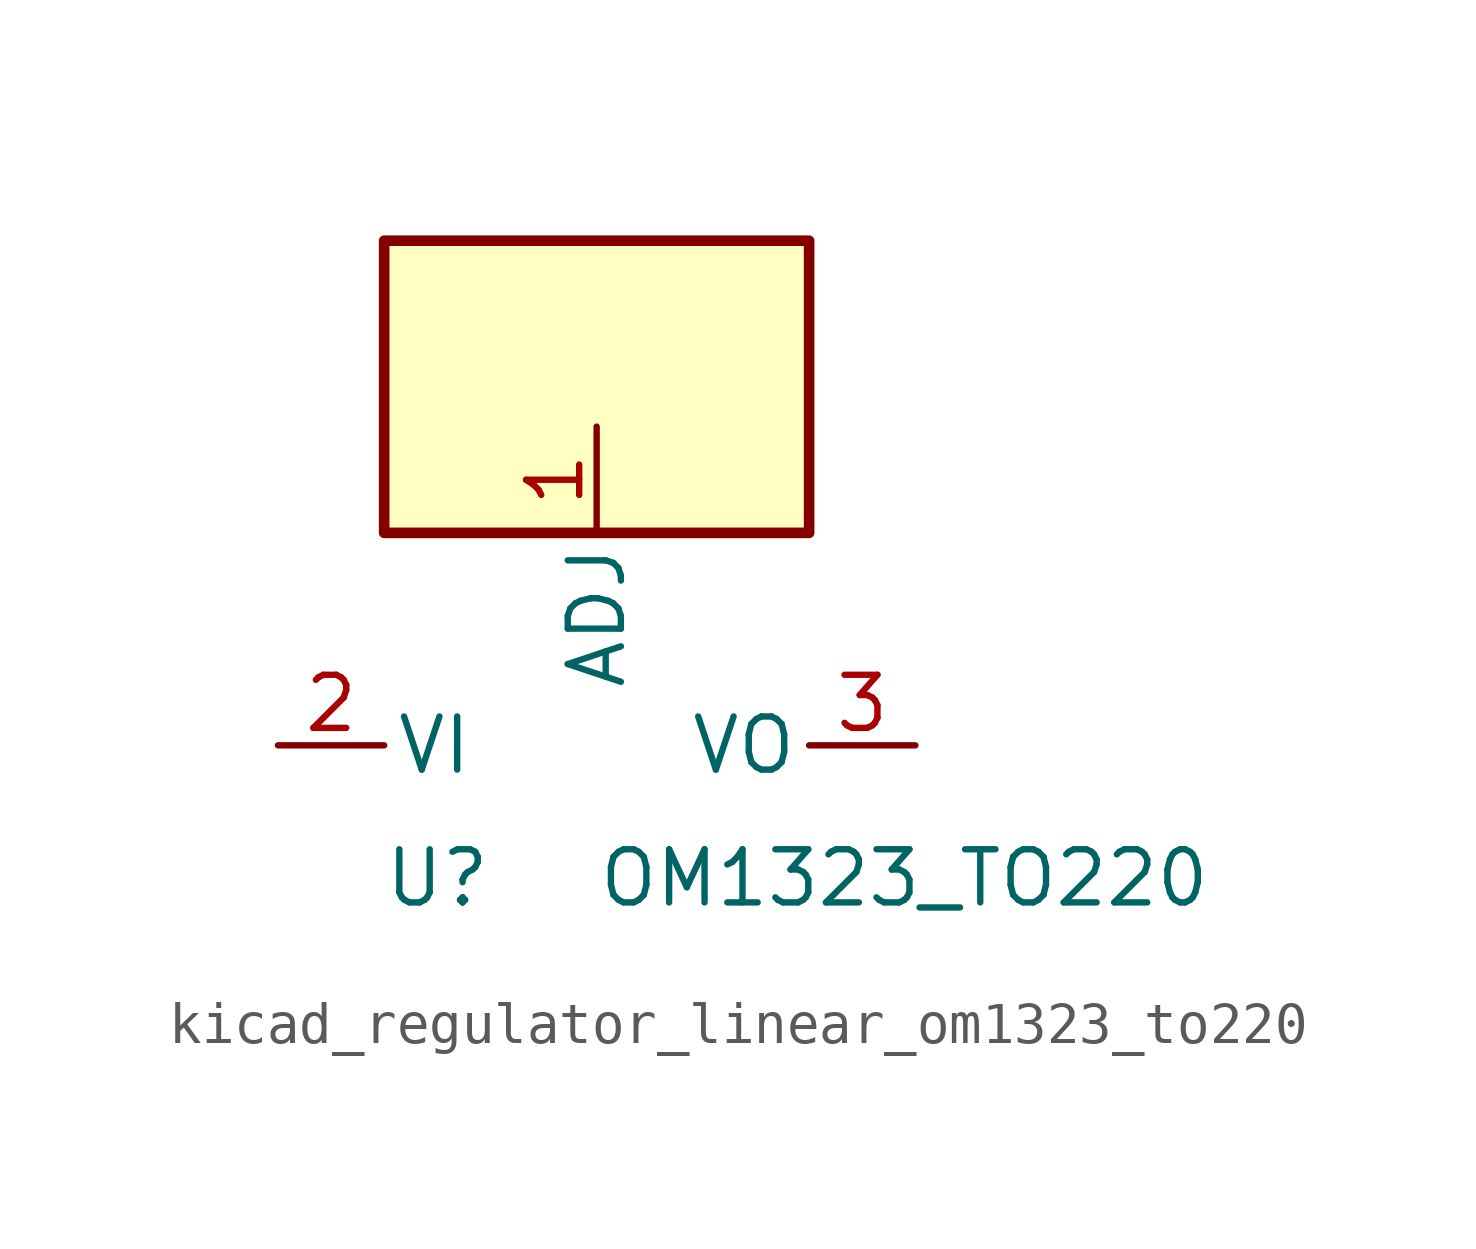
<source format=kicad_sym>
(kicad_symbol_lib
  (version 20220914)
  (generator kicad_symbol_editor)
  (symbol "kicad_regulator_linear_om1323_to220"
    (pin_names
      (offset 0.254))
    (property "Reference" "U"
      (at -3.81 -3.175 0)
      (effects (font (size 1.27 1.27))))
    (property "Value" "OM1323_TO220"
      (at 0 -3.175 0)
      (effects (font (size 1.27 1.27)) (justify left)))
    (symbol "kicad_regulator_linear_om1323_to220_0_1"
      (rectangle (start 5.08 12.065) (end -5.08 5.08) (stroke (width 0.254) (type default)) (fill (type background))))
    (symbol "kicad_regulator_linear_om1323_to220_1_1"
      (pin input line (at 0 7.62 270) (length 2.54) (name "ADJ" (effects (font (size 1.27 1.27)))) (number "1" (effects (font (size 1.27 1.27)))))
      (pin power_in line (at -7.62 0 0) (length 2.54) (name "VI" (effects (font (size 1.27 1.27)))) (number "2" (effects (font (size 1.27 1.27)))))
      (pin power_out line (at 7.62 0 180) (length 2.54) (name "VO" (effects (font (size 1.27 1.27)))) (number "3" (effects (font (size 1.27 1.27))))))))
</source>
